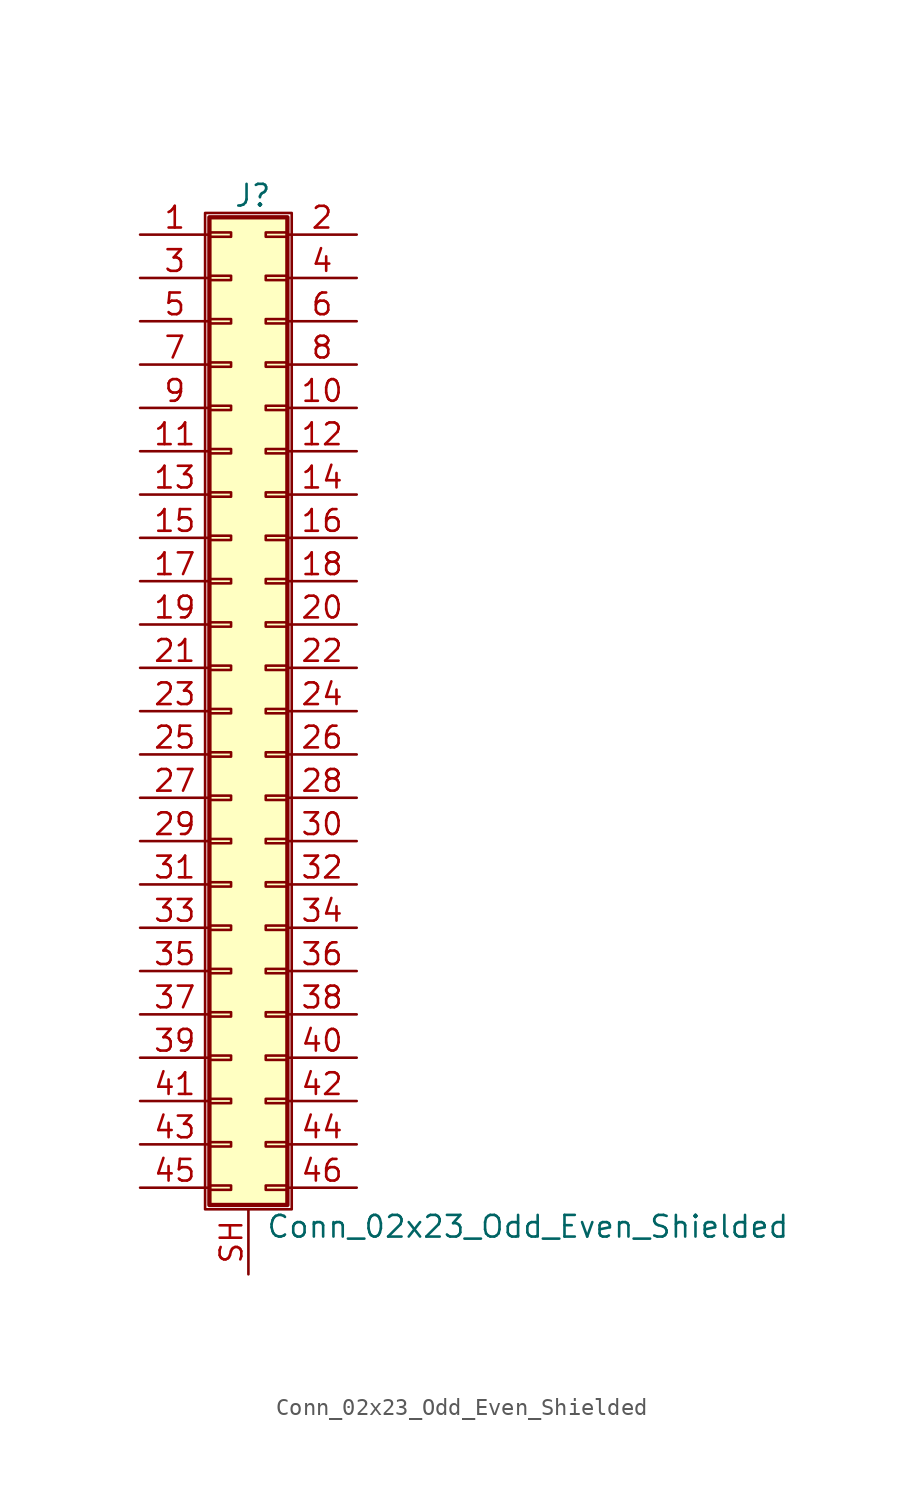
<source format=kicad_sym>
(kicad_symbol_lib
  (version 20201005)
  (generator kicad_symbol_editor)
  (symbol "Connector_Generic_Shielded:Conn_02x23_Odd_Even_Shielded"
    (pin_names
      (offset 1.016) hide)
    (property "Reference" "J"
      (at 1.524 30.226 0)
      (effects (font (size 1.27 1.27))))
    (property "Value" "Conn_02x23_Odd_Even_Shielded"
      (at 2.286 -30.226 0)
      (effects (font (size 1.27 1.27)) (justify left)))
    (symbol "Conn_02x23_Odd_Even_Shielded_1_1"
      (rectangle (start -1.016 -27.813) (end 0.254 -28.067) (stroke (width 0.152)) (fill (type none)))
      (rectangle (start -1.016 -4.953) (end 0.254 -5.207) (stroke (width 0.152)) (fill (type none)))
      (rectangle (start -1.016 -7.493) (end 0.254 -7.747) (stroke (width 0.152)) (fill (type none)))
      (rectangle (start -1.016 -10.033) (end 0.254 -10.287) (stroke (width 0.152)) (fill (type none)))
      (rectangle (start -1.016 -12.573) (end 0.254 -12.827) (stroke (width 0.152)) (fill (type none)))
      (rectangle (start -1.016 -15.113) (end 0.254 -15.367) (stroke (width 0.152)) (fill (type none)))
      (rectangle (start -1.016 -17.653) (end 0.254 -17.907) (stroke (width 0.152)) (fill (type none)))
      (rectangle (start -1.016 -20.193) (end 0.254 -20.447) (stroke (width 0.152)) (fill (type none)))
      (rectangle (start -1.016 -22.733) (end 0.254 -22.987) (stroke (width 0.152)) (fill (type none)))
      (rectangle (start -1.016 -2.413) (end 0.254 -2.667) (stroke (width 0.152)) (fill (type none)))
      (rectangle (start -1.016 -25.273) (end 0.254 -25.527) (stroke (width 0.152)) (fill (type none)))
      (rectangle (start -1.016 25.527) (end 0.254 25.273) (stroke (width 0.152)) (fill (type none)))
      (rectangle (start -1.016 2.667) (end 0.254 2.413) (stroke (width 0.152)) (fill (type none)))
      (rectangle (start -1.016 28.067) (end 0.254 27.813) (stroke (width 0.152)) (fill (type none)))
      (rectangle (start -1.016 28.956) (end 3.556 -28.956) (stroke (width 0.254)) (fill (type background)))
      (rectangle (start -1.016 5.207) (end 0.254 4.953) (stroke (width 0.152)) (fill (type none)))
      (rectangle (start -1.016 7.747) (end 0.254 7.493) (stroke (width 0.152)) (fill (type none)))
      (rectangle (start -1.016 10.287) (end 0.254 10.033) (stroke (width 0.152)) (fill (type none)))
      (rectangle (start -1.016 0.127) (end 0.254 -0.127) (stroke (width 0.152)) (fill (type none)))
      (rectangle (start -1.016 12.827) (end 0.254 12.573) (stroke (width 0.152)) (fill (type none)))
      (rectangle (start -1.016 15.367) (end 0.254 15.113) (stroke (width 0.152)) (fill (type none)))
      (rectangle (start -1.016 17.907) (end 0.254 17.653) (stroke (width 0.152)) (fill (type none)))
      (rectangle (start -1.016 20.447) (end 0.254 20.193) (stroke (width 0.152)) (fill (type none)))
      (rectangle (start -1.016 22.987) (end 0.254 22.733) (stroke (width 0.152)) (fill (type none)))
      (rectangle (start -1.27 29.21) (end 3.81 -29.21) (stroke (width 0.152)) (fill (type none)))
      (rectangle (start 3.556 -27.813) (end 2.286 -28.067) (stroke (width 0.152)) (fill (type none)))
      (rectangle (start 3.556 -4.953) (end 2.286 -5.207) (stroke (width 0.152)) (fill (type none)))
      (rectangle (start 3.556 -7.493) (end 2.286 -7.747) (stroke (width 0.152)) (fill (type none)))
      (rectangle (start 3.556 -10.033) (end 2.286 -10.287) (stroke (width 0.152)) (fill (type none)))
      (rectangle (start 3.556 -12.573) (end 2.286 -12.827) (stroke (width 0.152)) (fill (type none)))
      (rectangle (start 3.556 -15.113) (end 2.286 -15.367) (stroke (width 0.152)) (fill (type none)))
      (rectangle (start 3.556 -17.653) (end 2.286 -17.907) (stroke (width 0.152)) (fill (type none)))
      (rectangle (start 3.556 -20.193) (end 2.286 -20.447) (stroke (width 0.152)) (fill (type none)))
      (rectangle (start 3.556 -22.733) (end 2.286 -22.987) (stroke (width 0.152)) (fill (type none)))
      (rectangle (start 3.556 -2.413) (end 2.286 -2.667) (stroke (width 0.152)) (fill (type none)))
      (rectangle (start 3.556 -25.273) (end 2.286 -25.527) (stroke (width 0.152)) (fill (type none)))
      (rectangle (start 3.556 25.527) (end 2.286 25.273) (stroke (width 0.152)) (fill (type none)))
      (rectangle (start 3.556 2.667) (end 2.286 2.413) (stroke (width 0.152)) (fill (type none)))
      (rectangle (start 3.556 28.067) (end 2.286 27.813) (stroke (width 0.152)) (fill (type none)))
      (rectangle (start 3.556 5.207) (end 2.286 4.953) (stroke (width 0.152)) (fill (type none)))
      (rectangle (start 3.556 7.747) (end 2.286 7.493) (stroke (width 0.152)) (fill (type none)))
      (rectangle (start 3.556 10.287) (end 2.286 10.033) (stroke (width 0.152)) (fill (type none)))
      (rectangle (start 3.556 0.127) (end 2.286 -0.127) (stroke (width 0.152)) (fill (type none)))
      (rectangle (start 3.556 12.827) (end 2.286 12.573) (stroke (width 0.152)) (fill (type none)))
      (rectangle (start 3.556 15.367) (end 2.286 15.113) (stroke (width 0.152)) (fill (type none)))
      (rectangle (start 3.556 17.907) (end 2.286 17.653) (stroke (width 0.152)) (fill (type none)))
      (rectangle (start 3.556 20.447) (end 2.286 20.193) (stroke (width 0.152)) (fill (type none)))
      (rectangle (start 3.556 22.987) (end 2.286 22.733) (stroke (width 0.152)) (fill (type none)))
      (pin passive line (at -5.08 27.94 0) (length 4.064) (name "Pin_1" (effects (font (size 1.27 1.27)))) (number "1" (effects (font (size 1.27 1.27)))))
      (pin passive line (at 7.62 17.78 180) (length 4.064) (name "Pin_10" (effects (font (size 1.27 1.27)))) (number "10" (effects (font (size 1.27 1.27)))))
      (pin passive line (at -5.08 15.24 0) (length 4.064) (name "Pin_11" (effects (font (size 1.27 1.27)))) (number "11" (effects (font (size 1.27 1.27)))))
      (pin passive line (at 7.62 15.24 180) (length 4.064) (name "Pin_12" (effects (font (size 1.27 1.27)))) (number "12" (effects (font (size 1.27 1.27)))))
      (pin passive line (at -5.08 12.7 0) (length 4.064) (name "Pin_13" (effects (font (size 1.27 1.27)))) (number "13" (effects (font (size 1.27 1.27)))))
      (pin passive line (at 7.62 12.7 180) (length 4.064) (name "Pin_14" (effects (font (size 1.27 1.27)))) (number "14" (effects (font (size 1.27 1.27)))))
      (pin passive line (at -5.08 10.16 0) (length 4.064) (name "Pin_15" (effects (font (size 1.27 1.27)))) (number "15" (effects (font (size 1.27 1.27)))))
      (pin passive line (at 7.62 10.16 180) (length 4.064) (name "Pin_16" (effects (font (size 1.27 1.27)))) (number "16" (effects (font (size 1.27 1.27)))))
      (pin passive line (at -5.08 7.62 0) (length 4.064) (name "Pin_17" (effects (font (size 1.27 1.27)))) (number "17" (effects (font (size 1.27 1.27)))))
      (pin passive line (at 7.62 7.62 180) (length 4.064) (name "Pin_18" (effects (font (size 1.27 1.27)))) (number "18" (effects (font (size 1.27 1.27)))))
      (pin passive line (at -5.08 5.08 0) (length 4.064) (name "Pin_19" (effects (font (size 1.27 1.27)))) (number "19" (effects (font (size 1.27 1.27)))))
      (pin passive line (at 7.62 27.94 180) (length 4.064) (name "Pin_2" (effects (font (size 1.27 1.27)))) (number "2" (effects (font (size 1.27 1.27)))))
      (pin passive line (at 7.62 5.08 180) (length 4.064) (name "Pin_20" (effects (font (size 1.27 1.27)))) (number "20" (effects (font (size 1.27 1.27)))))
      (pin passive line (at -5.08 2.54 0) (length 4.064) (name "Pin_21" (effects (font (size 1.27 1.27)))) (number "21" (effects (font (size 1.27 1.27)))))
      (pin passive line (at 7.62 2.54 180) (length 4.064) (name "Pin_22" (effects (font (size 1.27 1.27)))) (number "22" (effects (font (size 1.27 1.27)))))
      (pin passive line (at -5.08 0 0) (length 4.064) (name "Pin_23" (effects (font (size 1.27 1.27)))) (number "23" (effects (font (size 1.27 1.27)))))
      (pin passive line (at 7.62 0 180) (length 4.064) (name "Pin_24" (effects (font (size 1.27 1.27)))) (number "24" (effects (font (size 1.27 1.27)))))
      (pin passive line (at -5.08 -2.54 0) (length 4.064) (name "Pin_25" (effects (font (size 1.27 1.27)))) (number "25" (effects (font (size 1.27 1.27)))))
      (pin passive line (at 7.62 -2.54 180) (length 4.064) (name "Pin_26" (effects (font (size 1.27 1.27)))) (number "26" (effects (font (size 1.27 1.27)))))
      (pin passive line (at -5.08 -5.08 0) (length 4.064) (name "Pin_27" (effects (font (size 1.27 1.27)))) (number "27" (effects (font (size 1.27 1.27)))))
      (pin passive line (at 7.62 -5.08 180) (length 4.064) (name "Pin_28" (effects (font (size 1.27 1.27)))) (number "28" (effects (font (size 1.27 1.27)))))
      (pin passive line (at -5.08 -7.62 0) (length 4.064) (name "Pin_29" (effects (font (size 1.27 1.27)))) (number "29" (effects (font (size 1.27 1.27)))))
      (pin passive line (at -5.08 25.4 0) (length 4.064) (name "Pin_3" (effects (font (size 1.27 1.27)))) (number "3" (effects (font (size 1.27 1.27)))))
      (pin passive line (at 7.62 -7.62 180) (length 4.064) (name "Pin_30" (effects (font (size 1.27 1.27)))) (number "30" (effects (font (size 1.27 1.27)))))
      (pin passive line (at -5.08 -10.16 0) (length 4.064) (name "Pin_31" (effects (font (size 1.27 1.27)))) (number "31" (effects (font (size 1.27 1.27)))))
      (pin passive line (at 7.62 -10.16 180) (length 4.064) (name "Pin_32" (effects (font (size 1.27 1.27)))) (number "32" (effects (font (size 1.27 1.27)))))
      (pin passive line (at -5.08 -12.7 0) (length 4.064) (name "Pin_33" (effects (font (size 1.27 1.27)))) (number "33" (effects (font (size 1.27 1.27)))))
      (pin passive line (at 7.62 -12.7 180) (length 4.064) (name "Pin_34" (effects (font (size 1.27 1.27)))) (number "34" (effects (font (size 1.27 1.27)))))
      (pin passive line (at -5.08 -15.24 0) (length 4.064) (name "Pin_35" (effects (font (size 1.27 1.27)))) (number "35" (effects (font (size 1.27 1.27)))))
      (pin passive line (at 7.62 -15.24 180) (length 4.064) (name "Pin_36" (effects (font (size 1.27 1.27)))) (number "36" (effects (font (size 1.27 1.27)))))
      (pin passive line (at -5.08 -17.78 0) (length 4.064) (name "Pin_37" (effects (font (size 1.27 1.27)))) (number "37" (effects (font (size 1.27 1.27)))))
      (pin passive line (at 7.62 -17.78 180) (length 4.064) (name "Pin_38" (effects (font (size 1.27 1.27)))) (number "38" (effects (font (size 1.27 1.27)))))
      (pin passive line (at -5.08 -20.32 0) (length 4.064) (name "Pin_39" (effects (font (size 1.27 1.27)))) (number "39" (effects (font (size 1.27 1.27)))))
      (pin passive line (at 7.62 25.4 180) (length 4.064) (name "Pin_4" (effects (font (size 1.27 1.27)))) (number "4" (effects (font (size 1.27 1.27)))))
      (pin passive line (at 7.62 -20.32 180) (length 4.064) (name "Pin_40" (effects (font (size 1.27 1.27)))) (number "40" (effects (font (size 1.27 1.27)))))
      (pin passive line (at -5.08 -22.86 0) (length 4.064) (name "Pin_41" (effects (font (size 1.27 1.27)))) (number "41" (effects (font (size 1.27 1.27)))))
      (pin passive line (at 7.62 -22.86 180) (length 4.064) (name "Pin_42" (effects (font (size 1.27 1.27)))) (number "42" (effects (font (size 1.27 1.27)))))
      (pin passive line (at -5.08 -25.4 0) (length 4.064) (name "Pin_43" (effects (font (size 1.27 1.27)))) (number "43" (effects (font (size 1.27 1.27)))))
      (pin passive line (at 7.62 -25.4 180) (length 4.064) (name "Pin_44" (effects (font (size 1.27 1.27)))) (number "44" (effects (font (size 1.27 1.27)))))
      (pin passive line (at -5.08 -27.94 0) (length 4.064) (name "Pin_45" (effects (font (size 1.27 1.27)))) (number "45" (effects (font (size 1.27 1.27)))))
      (pin passive line (at 7.62 -27.94 180) (length 4.064) (name "Pin_46" (effects (font (size 1.27 1.27)))) (number "46" (effects (font (size 1.27 1.27)))))
      (pin passive line (at -5.08 22.86 0) (length 4.064) (name "Pin_5" (effects (font (size 1.27 1.27)))) (number "5" (effects (font (size 1.27 1.27)))))
      (pin passive line (at 7.62 22.86 180) (length 4.064) (name "Pin_6" (effects (font (size 1.27 1.27)))) (number "6" (effects (font (size 1.27 1.27)))))
      (pin passive line (at -5.08 20.32 0) (length 4.064) (name "Pin_7" (effects (font (size 1.27 1.27)))) (number "7" (effects (font (size 1.27 1.27)))))
      (pin passive line (at 7.62 20.32 180) (length 4.064) (name "Pin_8" (effects (font (size 1.27 1.27)))) (number "8" (effects (font (size 1.27 1.27)))))
      (pin passive line (at -5.08 17.78 0) (length 4.064) (name "Pin_9" (effects (font (size 1.27 1.27)))) (number "9" (effects (font (size 1.27 1.27)))))
      (pin passive line (at 1.27 -33.02 90) (length 3.81) (name "Shield" (effects (font (size 1.27 1.27)))) (number "SH" (effects (font (size 1.27 1.27))))))))
</source>
